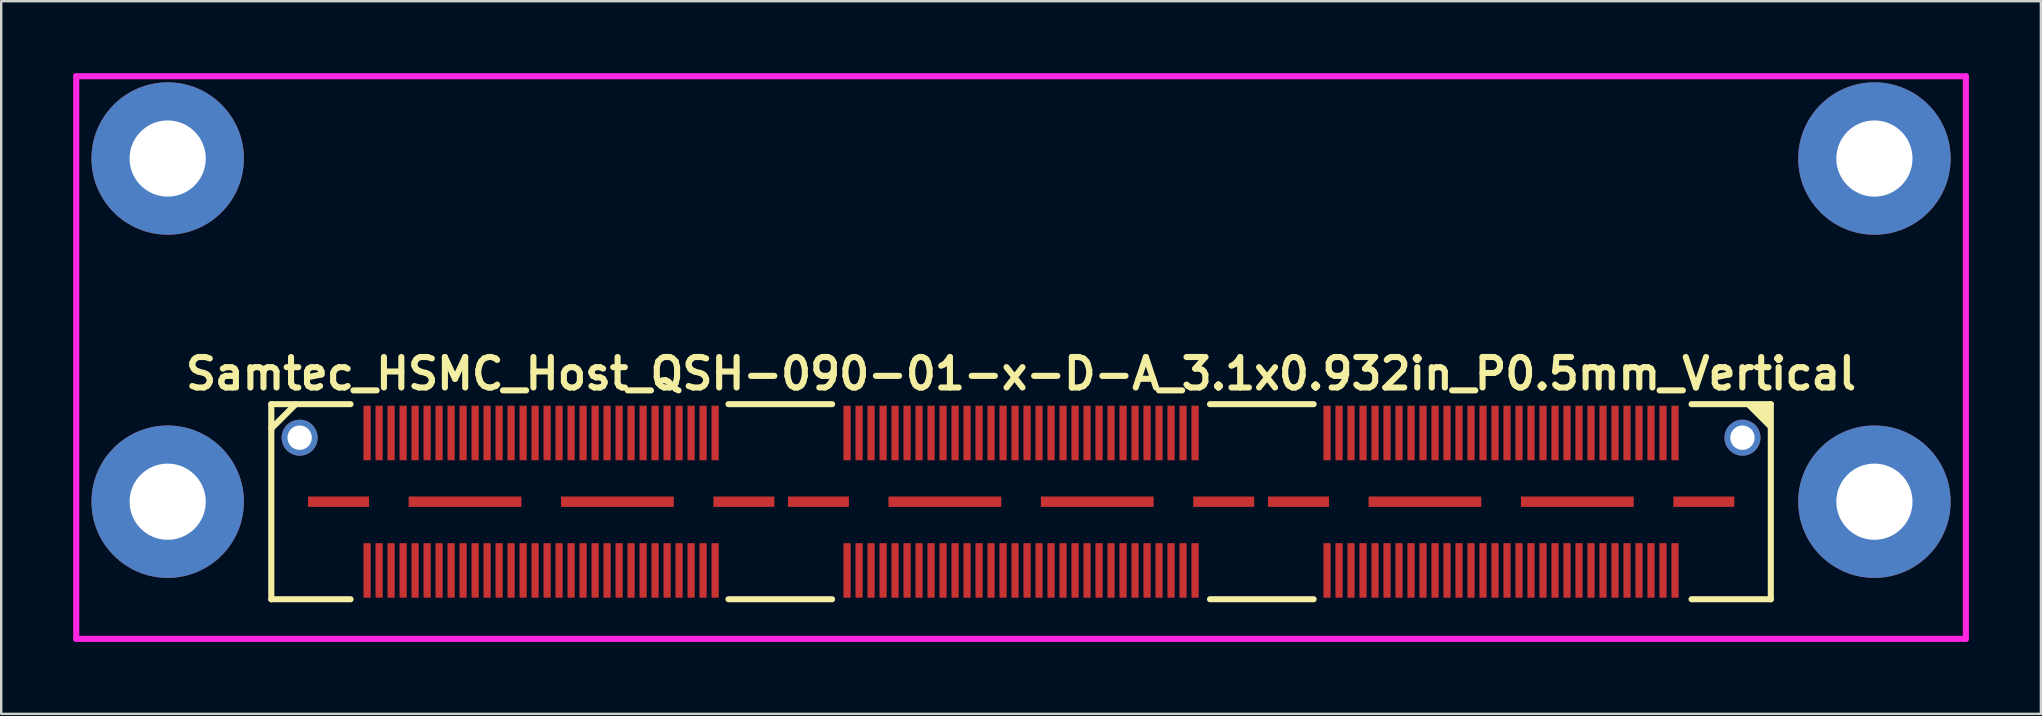
<source format=kicad_pcb>
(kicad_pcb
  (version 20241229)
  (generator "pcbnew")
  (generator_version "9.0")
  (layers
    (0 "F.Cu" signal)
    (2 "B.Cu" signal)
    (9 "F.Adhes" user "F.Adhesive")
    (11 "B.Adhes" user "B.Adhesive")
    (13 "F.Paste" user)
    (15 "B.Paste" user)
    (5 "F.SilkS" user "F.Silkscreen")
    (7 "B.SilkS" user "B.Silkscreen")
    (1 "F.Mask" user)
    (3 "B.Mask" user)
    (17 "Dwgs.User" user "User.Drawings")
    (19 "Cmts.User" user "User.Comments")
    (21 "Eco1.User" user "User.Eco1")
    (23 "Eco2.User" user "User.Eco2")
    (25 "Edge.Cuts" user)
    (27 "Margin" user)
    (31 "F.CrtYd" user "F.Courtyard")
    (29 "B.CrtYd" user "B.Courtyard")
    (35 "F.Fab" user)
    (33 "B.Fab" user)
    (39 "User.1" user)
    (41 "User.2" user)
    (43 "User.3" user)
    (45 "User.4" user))
  (footprint "Samtec_HSMC_Host_QSH-090-01-x-D-A_3.1x0.932in_P0.5mm_Vertical"
    (layer "F.Cu")
    (at 39.497 17.856)
    (property "Reference" "Samtec_HSMC_Host_QSH-090-01-x-D-A_3.1x0.932in_P0.5mm_Vertical" (at 0 -5.334 0) (layer "F.SilkS") (effects (font (size 1.27 1.27) (thickness 0.254))))
    (attr smd)
    (fp_line (start -31.242 -4.064) (end -27.94 -4.064) (stroke (width 0.254) (type solid)) (layer "F.SilkS"))
    (fp_line (start -31.242 -3.048) (end -30.226 -4.064) (stroke (width 0.254) (type solid)) (layer "F.SilkS"))
    (fp_line (start -31.242 4.064) (end -31.242 -4.064) (stroke (width 0.254) (type solid)) (layer "F.SilkS"))
    (fp_line (start -31.242 4.064) (end -27.94 4.064) (stroke (width 0.254) (type solid)) (layer "F.SilkS"))
    (fp_line (start -12.192 -4.064) (end -7.874 -4.064) (stroke (width 0.254) (type solid)) (layer "F.SilkS"))
    (fp_line (start -12.192 4.064) (end -7.874 4.064) (stroke (width 0.254) (type solid)) (layer "F.SilkS"))
    (fp_line (start 7.874 -4.064) (end 12.192 -4.064) (stroke (width 0.254) (type solid)) (layer "F.SilkS"))
    (fp_line (start 7.874 4.064) (end 12.192 4.064) (stroke (width 0.254) (type solid)) (layer "F.SilkS"))
    (fp_line (start 27.94 -4.064) (end 31.242 -4.064) (stroke (width 0.254) (type solid)) (layer "F.SilkS"))
    (fp_line (start 27.94 4.064) (end 31.242 4.064) (stroke (width 0.254) (type solid)) (layer "F.SilkS"))
    (fp_line (start 31.242 4.064) (end 31.242 -4.064) (stroke (width 0.254) (type solid)) (layer "F.SilkS"))
    (fp_poly (pts (xy 30.226 -4.064) (xy 31.242 -3.048) (xy 31.242 -4.064)) (stroke (width 0.15) (type solid)) (fill yes) (layer "F.SilkS"))
    (fp_line (start -39.37 -17.729) (end -39.37 5.715) (stroke (width 0.254) (type solid)) (layer "F.CrtYd"))
    (fp_line (start -39.37 -17.729) (end 39.37 -17.729) (stroke (width 0.254) (type solid)) (layer "F.CrtYd"))
    (fp_line (start -39.37 5.715) (end 39.37 5.715) (stroke (width 0.254) (type solid)) (layer "F.CrtYd"))
    (fp_line (start 39.37 -17.729) (end 39.37 5.715) (stroke (width 0.254) (type solid)) (layer "F.CrtYd"))
    (pad "" np_thru_hole circle (at -35.56 -14.3) (size 6.35 6.35) (drill 3.175) (layers "*.Cu" "*.Mask"))
    (pad "" np_thru_hole circle (at -35.56 0) (size 6.35 6.35) (drill 3.175) (layers "*.Cu" "*.Mask"))
    (pad "" np_thru_hole circle (at -30.061 -2.667) (size 1.501 1.501) (drill 1.016) (layers "*.Cu" "*.Mask"))
    (pad "" np_thru_hole circle (at 30.061 -2.667) (size 1.501 1.501) (drill 1.016) (layers "*.Cu" "*.Mask"))
    (pad "" np_thru_hole circle (at 35.56 -14.3) (size 6.35 6.35) (drill 3.175) (layers "*.Cu" "*.Mask"))
    (pad "" np_thru_hole circle (at 35.56 0) (size 6.35 6.35) (drill 3.175) (layers "*.Cu" "*.Mask"))
    (pad "1" smd rect (at -27.249 2.864) (size 0.3 2.273) (layers "F.Cu" "F.Mask" "F.Paste"))
    (pad "2" smd rect (at -27.249 -2.864) (size 0.3 2.273) (layers "F.Cu" "F.Mask" "F.Paste"))
    (pad "3" smd rect (at -26.749 2.864) (size 0.3 2.273) (layers "F.Cu" "F.Mask" "F.Paste"))
    (pad "4" smd rect (at -26.749 -2.864) (size 0.3 2.273) (layers "F.Cu" "F.Mask" "F.Paste"))
    (pad "5" smd rect (at -26.249 2.864) (size 0.3 2.273) (layers "F.Cu" "F.Mask" "F.Paste"))
    (pad "6" smd rect (at -26.249 -2.864) (size 0.3 2.273) (layers "F.Cu" "F.Mask" "F.Paste"))
    (pad "7" smd rect (at -25.749 2.864) (size 0.3 2.273) (layers "F.Cu" "F.Mask" "F.Paste"))
    (pad "8" smd rect (at -25.749 -2.864) (size 0.3 2.273) (layers "F.Cu" "F.Mask" "F.Paste"))
    (pad "9" smd rect (at -25.249 2.864) (size 0.3 2.273) (layers "F.Cu" "F.Mask" "F.Paste"))
    (pad "10" smd rect (at -25.249 -2.864) (size 0.3 2.273) (layers "F.Cu" "F.Mask" "F.Paste"))
    (pad "11" smd rect (at -24.749 2.864) (size 0.3 2.273) (layers "F.Cu" "F.Mask" "F.Paste"))
    (pad "12" smd rect (at -24.749 -2.864) (size 0.3 2.273) (layers "F.Cu" "F.Mask" "F.Paste"))
    (pad "13" smd rect (at -24.249 2.864) (size 0.3 2.273) (layers "F.Cu" "F.Mask" "F.Paste"))
    (pad "14" smd rect (at -24.249 -2.864) (size 0.3 2.273) (layers "F.Cu" "F.Mask" "F.Paste"))
    (pad "15" smd rect (at -23.749 2.864) (size 0.3 2.273) (layers "F.Cu" "F.Mask" "F.Paste"))
    (pad "16" smd rect (at -23.749 -2.864) (size 0.3 2.273) (layers "F.Cu" "F.Mask" "F.Paste"))
    (pad "17" smd rect (at -23.249 2.864) (size 0.3 2.273) (layers "F.Cu" "F.Mask" "F.Paste"))
    (pad "18" smd rect (at -23.249 -2.864) (size 0.3 2.273) (layers "F.Cu" "F.Mask" "F.Paste"))
    (pad "19" smd rect (at -22.749 2.864) (size 0.3 2.273) (layers "F.Cu" "F.Mask" "F.Paste"))
    (pad "20" smd rect (at -22.749 -2.864) (size 0.3 2.273) (layers "F.Cu" "F.Mask" "F.Paste"))
    (pad "21" smd rect (at -22.249 2.864) (size 0.3 2.273) (layers "F.Cu" "F.Mask" "F.Paste"))
    (pad "22" smd rect (at -22.249 -2.864) (size 0.3 2.273) (layers "F.Cu" "F.Mask" "F.Paste"))
    (pad "23" smd rect (at -21.749 2.864) (size 0.3 2.273) (layers "F.Cu" "F.Mask" "F.Paste"))
    (pad "24" smd rect (at -21.749 -2.864) (size 0.3 2.273) (layers "F.Cu" "F.Mask" "F.Paste"))
    (pad "25" smd rect (at -21.249 2.864) (size 0.3 2.273) (layers "F.Cu" "F.Mask" "F.Paste"))
    (pad "26" smd rect (at -21.249 -2.864) (size 0.3 2.273) (layers "F.Cu" "F.Mask" "F.Paste"))
    (pad "27" smd rect (at -20.749 2.864) (size 0.3 2.273) (layers "F.Cu" "F.Mask" "F.Paste"))
    (pad "28" smd rect (at -20.749 -2.864) (size 0.3 2.273) (layers "F.Cu" "F.Mask" "F.Paste"))
    (pad "29" smd rect (at -20.249 2.864) (size 0.3 2.273) (layers "F.Cu" "F.Mask" "F.Paste"))
    (pad "30" smd rect (at -20.249 -2.864) (size 0.3 2.273) (layers "F.Cu" "F.Mask" "F.Paste"))
    (pad "31" smd rect (at -19.749 2.864) (size 0.3 2.273) (layers "F.Cu" "F.Mask" "F.Paste"))
    (pad "32" smd rect (at -19.749 -2.864) (size 0.3 2.273) (layers "F.Cu" "F.Mask" "F.Paste"))
    (pad "33" smd rect (at -19.249 2.864) (size 0.3 2.273) (layers "F.Cu" "F.Mask" "F.Paste"))
    (pad "34" smd rect (at -19.249 -2.864) (size 0.3 2.273) (layers "F.Cu" "F.Mask" "F.Paste"))
    (pad "35" smd rect (at -18.749 2.864) (size 0.3 2.273) (layers "F.Cu" "F.Mask" "F.Paste"))
    (pad "36" smd rect (at -18.749 -2.864) (size 0.3 2.273) (layers "F.Cu" "F.Mask" "F.Paste"))
    (pad "37" smd rect (at -18.249 2.864) (size 0.3 2.273) (layers "F.Cu" "F.Mask" "F.Paste"))
    (pad "38" smd rect (at -18.249 -2.864) (size 0.3 2.273) (layers "F.Cu" "F.Mask" "F.Paste"))
    (pad "39" smd rect (at -17.749 2.864) (size 0.3 2.273) (layers "F.Cu" "F.Mask" "F.Paste"))
    (pad "40" smd rect (at -17.749 -2.864) (size 0.3 2.273) (layers "F.Cu" "F.Mask" "F.Paste"))
    (pad "41" smd rect (at -17.249 2.864) (size 0.3 2.273) (layers "F.Cu" "F.Mask" "F.Paste"))
    (pad "42" smd rect (at -17.249 -2.864) (size 0.3 2.273) (layers "F.Cu" "F.Mask" "F.Paste"))
    (pad "43" smd rect (at -16.749 2.864) (size 0.3 2.273) (layers "F.Cu" "F.Mask" "F.Paste"))
    (pad "44" smd rect (at -16.749 -2.864) (size 0.3 2.273) (layers "F.Cu" "F.Mask" "F.Paste"))
    (pad "45" smd rect (at -16.249 2.864) (size 0.3 2.273) (layers "F.Cu" "F.Mask" "F.Paste"))
    (pad "46" smd rect (at -16.249 -2.864) (size 0.3 2.273) (layers "F.Cu" "F.Mask" "F.Paste"))
    (pad "47" smd rect (at -15.749 2.864) (size 0.3 2.273) (layers "F.Cu" "F.Mask" "F.Paste"))
    (pad "48" smd rect (at -15.749 -2.864) (size 0.3 2.273) (layers "F.Cu" "F.Mask" "F.Paste"))
    (pad "49" smd rect (at -15.249 2.864) (size 0.3 2.273) (layers "F.Cu" "F.Mask" "F.Paste"))
    (pad "50" smd rect (at -15.249 -2.864) (size 0.3 2.273) (layers "F.Cu" "F.Mask" "F.Paste"))
    (pad "51" smd rect (at -14.749 2.864) (size 0.3 2.273) (layers "F.Cu" "F.Mask" "F.Paste"))
    (pad "52" smd rect (at -14.749 -2.864) (size 0.3 2.273) (layers "F.Cu" "F.Mask" "F.Paste"))
    (pad "53" smd rect (at -14.249 2.864) (size 0.3 2.273) (layers "F.Cu" "F.Mask" "F.Paste"))
    (pad "54" smd rect (at -14.249 -2.864) (size 0.3 2.273) (layers "F.Cu" "F.Mask" "F.Paste"))
    (pad "55" smd rect (at -13.749 2.864) (size 0.3 2.273) (layers "F.Cu" "F.Mask" "F.Paste"))
    (pad "56" smd rect (at -13.749 -2.864) (size 0.3 2.273) (layers "F.Cu" "F.Mask" "F.Paste"))
    (pad "57" smd rect (at -13.249 2.864) (size 0.3 2.273) (layers "F.Cu" "F.Mask" "F.Paste"))
    (pad "58" smd rect (at -13.249 -2.864) (size 0.3 2.273) (layers "F.Cu" "F.Mask" "F.Paste"))
    (pad "59" smd rect (at -12.749 2.864) (size 0.3 2.273) (layers "F.Cu" "F.Mask" "F.Paste"))
    (pad "60" smd rect (at -12.749 -2.864) (size 0.3 2.273) (layers "F.Cu" "F.Mask" "F.Paste"))
    (pad "61" smd rect (at -7.249 2.864) (size 0.3 2.273) (layers "F.Cu" "F.Mask" "F.Paste"))
    (pad "62" smd rect (at -7.249 -2.864) (size 0.3 2.273) (layers "F.Cu" "F.Mask" "F.Paste"))
    (pad "63" smd rect (at -6.749 2.864) (size 0.3 2.273) (layers "F.Cu" "F.Mask" "F.Paste"))
    (pad "64" smd rect (at -6.749 -2.864) (size 0.3 2.273) (layers "F.Cu" "F.Mask" "F.Paste"))
    (pad "65" smd rect (at -6.249 2.864) (size 0.3 2.273) (layers "F.Cu" "F.Mask" "F.Paste"))
    (pad "66" smd rect (at -6.249 -2.864) (size 0.3 2.273) (layers "F.Cu" "F.Mask" "F.Paste"))
    (pad "67" smd rect (at -5.749 2.864) (size 0.3 2.273) (layers "F.Cu" "F.Mask" "F.Paste"))
    (pad "68" smd rect (at -5.749 -2.864) (size 0.3 2.273) (layers "F.Cu" "F.Mask" "F.Paste"))
    (pad "69" smd rect (at -5.249 2.864) (size 0.3 2.273) (layers "F.Cu" "F.Mask" "F.Paste"))
    (pad "70" smd rect (at -5.249 -2.864) (size 0.3 2.273) (layers "F.Cu" "F.Mask" "F.Paste"))
    (pad "71" smd rect (at -4.749 2.864) (size 0.3 2.273) (layers "F.Cu" "F.Mask" "F.Paste"))
    (pad "72" smd rect (at -4.749 -2.864) (size 0.3 2.273) (layers "F.Cu" "F.Mask" "F.Paste"))
    (pad "73" smd rect (at -4.249 2.864) (size 0.3 2.273) (layers "F.Cu" "F.Mask" "F.Paste"))
    (pad "74" smd rect (at -4.249 -2.864) (size 0.3 2.273) (layers "F.Cu" "F.Mask" "F.Paste"))
    (pad "75" smd rect (at -3.749 2.864) (size 0.3 2.273) (layers "F.Cu" "F.Mask" "F.Paste"))
    (pad "76" smd rect (at -3.749 -2.864) (size 0.3 2.273) (layers "F.Cu" "F.Mask" "F.Paste"))
    (pad "77" smd rect (at -3.249 2.864) (size 0.3 2.273) (layers "F.Cu" "F.Mask" "F.Paste"))
    (pad "78" smd rect (at -3.249 -2.864) (size 0.3 2.273) (layers "F.Cu" "F.Mask" "F.Paste"))
    (pad "79" smd rect (at -2.749 2.864) (size 0.3 2.273) (layers "F.Cu" "F.Mask" "F.Paste"))
    (pad "80" smd rect (at -2.749 -2.864) (size 0.3 2.273) (layers "F.Cu" "F.Mask" "F.Paste"))
    (pad "81" smd rect (at -2.249 2.864) (size 0.3 2.273) (layers "F.Cu" "F.Mask" "F.Paste"))
    (pad "82" smd rect (at -2.249 -2.864) (size 0.3 2.273) (layers "F.Cu" "F.Mask" "F.Paste"))
    (pad "83" smd rect (at -1.749 2.864) (size 0.3 2.273) (layers "F.Cu" "F.Mask" "F.Paste"))
    (pad "84" smd rect (at -1.749 -2.864) (size 0.3 2.273) (layers "F.Cu" "F.Mask" "F.Paste"))
    (pad "85" smd rect (at -1.249 2.864) (size 0.3 2.273) (layers "F.Cu" "F.Mask" "F.Paste"))
    (pad "86" smd rect (at -1.249 -2.864) (size 0.3 2.273) (layers "F.Cu" "F.Mask" "F.Paste"))
    (pad "87" smd rect (at -0.749 2.864) (size 0.3 2.273) (layers "F.Cu" "F.Mask" "F.Paste"))
    (pad "88" smd rect (at -0.749 -2.864) (size 0.3 2.273) (layers "F.Cu" "F.Mask" "F.Paste"))
    (pad "89" smd rect (at -0.249 2.864) (size 0.3 2.273) (layers "F.Cu" "F.Mask" "F.Paste"))
    (pad "90" smd rect (at -0.249 -2.864) (size 0.3 2.273) (layers "F.Cu" "F.Mask" "F.Paste"))
    (pad "91" smd rect (at 0.251 2.864) (size 0.3 2.273) (layers "F.Cu" "F.Mask" "F.Paste"))
    (pad "92" smd rect (at 0.251 -2.864) (size 0.3 2.273) (layers "F.Cu" "F.Mask" "F.Paste"))
    (pad "93" smd rect (at 0.751 2.864) (size 0.3 2.273) (layers "F.Cu" "F.Mask" "F.Paste"))
    (pad "94" smd rect (at 0.751 -2.864) (size 0.3 2.273) (layers "F.Cu" "F.Mask" "F.Paste"))
    (pad "95" smd rect (at 1.251 2.864) (size 0.3 2.273) (layers "F.Cu" "F.Mask" "F.Paste"))
    (pad "96" smd rect (at 1.251 -2.864) (size 0.3 2.273) (layers "F.Cu" "F.Mask" "F.Paste"))
    (pad "97" smd rect (at 1.751 2.864) (size 0.3 2.273) (layers "F.Cu" "F.Mask" "F.Paste"))
    (pad "98" smd rect (at 1.751 -2.864) (size 0.3 2.273) (layers "F.Cu" "F.Mask" "F.Paste"))
    (pad "99" smd rect (at 2.251 2.864) (size 0.3 2.273) (layers "F.Cu" "F.Mask" "F.Paste"))
    (pad "100" smd rect (at 2.251 -2.864) (size 0.3 2.273) (layers "F.Cu" "F.Mask" "F.Paste"))
    (pad "101" smd rect (at 2.751 2.864) (size 0.3 2.273) (layers "F.Cu" "F.Mask" "F.Paste"))
    (pad "102" smd rect (at 2.751 -2.864) (size 0.3 2.273) (layers "F.Cu" "F.Mask" "F.Paste"))
    (pad "103" smd rect (at 3.251 2.864) (size 0.3 2.273) (layers "F.Cu" "F.Mask" "F.Paste"))
    (pad "104" smd rect (at 3.251 -2.864) (size 0.3 2.273) (layers "F.Cu" "F.Mask" "F.Paste"))
    (pad "105" smd rect (at 3.751 2.864) (size 0.3 2.273) (layers "F.Cu" "F.Mask" "F.Paste"))
    (pad "106" smd rect (at 3.751 -2.864) (size 0.3 2.273) (layers "F.Cu" "F.Mask" "F.Paste"))
    (pad "107" smd rect (at 4.251 2.864) (size 0.3 2.273) (layers "F.Cu" "F.Mask" "F.Paste"))
    (pad "108" smd rect (at 4.251 -2.864) (size 0.3 2.273) (layers "F.Cu" "F.Mask" "F.Paste"))
    (pad "109" smd rect (at 4.751 2.864) (size 0.3 2.273) (layers "F.Cu" "F.Mask" "F.Paste"))
    (pad "110" smd rect (at 4.751 -2.864) (size 0.3 2.273) (layers "F.Cu" "F.Mask" "F.Paste"))
    (pad "111" smd rect (at 5.251 2.864) (size 0.3 2.273) (layers "F.Cu" "F.Mask" "F.Paste"))
    (pad "112" smd rect (at 5.251 -2.864) (size 0.3 2.273) (layers "F.Cu" "F.Mask" "F.Paste"))
    (pad "113" smd rect (at 5.751 2.864) (size 0.3 2.273) (layers "F.Cu" "F.Mask" "F.Paste"))
    (pad "114" smd rect (at 5.751 -2.864) (size 0.3 2.273) (layers "F.Cu" "F.Mask" "F.Paste"))
    (pad "115" smd rect (at 6.251 2.864) (size 0.3 2.273) (layers "F.Cu" "F.Mask" "F.Paste"))
    (pad "116" smd rect (at 6.251 -2.864) (size 0.3 2.273) (layers "F.Cu" "F.Mask" "F.Paste"))
    (pad "117" smd rect (at 6.751 2.864) (size 0.3 2.273) (layers "F.Cu" "F.Mask" "F.Paste"))
    (pad "118" smd rect (at 6.751 -2.864) (size 0.3 2.273) (layers "F.Cu" "F.Mask" "F.Paste"))
    (pad "119" smd rect (at 7.251 2.864) (size 0.3 2.273) (layers "F.Cu" "F.Mask" "F.Paste"))
    (pad "120" smd rect (at 7.251 -2.864) (size 0.3 2.273) (layers "F.Cu" "F.Mask" "F.Paste"))
    (pad "121" smd rect (at 12.751 2.864) (size 0.3 2.273) (layers "F.Cu" "F.Mask" "F.Paste"))
    (pad "122" smd rect (at 12.751 -2.864) (size 0.3 2.273) (layers "F.Cu" "F.Mask" "F.Paste"))
    (pad "123" smd rect (at 13.251 2.864) (size 0.3 2.273) (layers "F.Cu" "F.Mask" "F.Paste"))
    (pad "124" smd rect (at 13.251 -2.864) (size 0.3 2.273) (layers "F.Cu" "F.Mask" "F.Paste"))
    (pad "125" smd rect (at 13.751 2.864) (size 0.3 2.273) (layers "F.Cu" "F.Mask" "F.Paste"))
    (pad "126" smd rect (at 13.751 -2.864) (size 0.3 2.273) (layers "F.Cu" "F.Mask" "F.Paste"))
    (pad "127" smd rect (at 14.251 2.864) (size 0.3 2.273) (layers "F.Cu" "F.Mask" "F.Paste"))
    (pad "128" smd rect (at 14.251 -2.864) (size 0.3 2.273) (layers "F.Cu" "F.Mask" "F.Paste"))
    (pad "129" smd rect (at 14.751 2.864) (size 0.3 2.273) (layers "F.Cu" "F.Mask" "F.Paste"))
    (pad "130" smd rect (at 14.751 -2.864) (size 0.3 2.273) (layers "F.Cu" "F.Mask" "F.Paste"))
    (pad "131" smd rect (at 15.251 2.864) (size 0.3 2.273) (layers "F.Cu" "F.Mask" "F.Paste"))
    (pad "132" smd rect (at 15.251 -2.864) (size 0.3 2.273) (layers "F.Cu" "F.Mask" "F.Paste"))
    (pad "133" smd rect (at 15.751 2.864) (size 0.3 2.273) (layers "F.Cu" "F.Mask" "F.Paste"))
    (pad "134" smd rect (at 15.751 -2.864) (size 0.3 2.273) (layers "F.Cu" "F.Mask" "F.Paste"))
    (pad "135" smd rect (at 16.251 2.864) (size 0.3 2.273) (layers "F.Cu" "F.Mask" "F.Paste"))
    (pad "136" smd rect (at 16.251 -2.864) (size 0.3 2.273) (layers "F.Cu" "F.Mask" "F.Paste"))
    (pad "137" smd rect (at 16.751 2.864) (size 0.3 2.273) (layers "F.Cu" "F.Mask" "F.Paste"))
    (pad "138" smd rect (at 16.751 -2.864) (size 0.3 2.273) (layers "F.Cu" "F.Mask" "F.Paste"))
    (pad "139" smd rect (at 17.251 2.864) (size 0.3 2.273) (layers "F.Cu" "F.Mask" "F.Paste"))
    (pad "140" smd rect (at 17.251 -2.864) (size 0.3 2.273) (layers "F.Cu" "F.Mask" "F.Paste"))
    (pad "141" smd rect (at 17.751 2.864) (size 0.3 2.273) (layers "F.Cu" "F.Mask" "F.Paste"))
    (pad "142" smd rect (at 17.751 -2.864) (size 0.3 2.273) (layers "F.Cu" "F.Mask" "F.Paste"))
    (pad "143" smd rect (at 18.251 2.864) (size 0.3 2.273) (layers "F.Cu" "F.Mask" "F.Paste"))
    (pad "144" smd rect (at 18.251 -2.864) (size 0.3 2.273) (layers "F.Cu" "F.Mask" "F.Paste"))
    (pad "145" smd rect (at 18.751 2.864) (size 0.3 2.273) (layers "F.Cu" "F.Mask" "F.Paste"))
    (pad "146" smd rect (at 18.751 -2.864) (size 0.3 2.273) (layers "F.Cu" "F.Mask" "F.Paste"))
    (pad "147" smd rect (at 19.251 2.864) (size 0.3 2.273) (layers "F.Cu" "F.Mask" "F.Paste"))
    (pad "148" smd rect (at 19.251 -2.864) (size 0.3 2.273) (layers "F.Cu" "F.Mask" "F.Paste"))
    (pad "149" smd rect (at 19.751 2.864) (size 0.3 2.273) (layers "F.Cu" "F.Mask" "F.Paste"))
    (pad "150" smd rect (at 19.751 -2.864) (size 0.3 2.273) (layers "F.Cu" "F.Mask" "F.Paste"))
    (pad "151" smd rect (at 20.251 2.864) (size 0.3 2.273) (layers "F.Cu" "F.Mask" "F.Paste"))
    (pad "152" smd rect (at 20.251 -2.864) (size 0.3 2.273) (layers "F.Cu" "F.Mask" "F.Paste"))
    (pad "153" smd rect (at 20.751 2.864) (size 0.3 2.273) (layers "F.Cu" "F.Mask" "F.Paste"))
    (pad "154" smd rect (at 20.751 -2.864) (size 0.3 2.273) (layers "F.Cu" "F.Mask" "F.Paste"))
    (pad "155" smd rect (at 21.251 2.864) (size 0.3 2.273) (layers "F.Cu" "F.Mask" "F.Paste"))
    (pad "156" smd rect (at 21.251 -2.864) (size 0.3 2.273) (layers "F.Cu" "F.Mask" "F.Paste"))
    (pad "157" smd rect (at 21.751 2.864) (size 0.3 2.273) (layers "F.Cu" "F.Mask" "F.Paste"))
    (pad "158" smd rect (at 21.751 -2.864) (size 0.3 2.273) (layers "F.Cu" "F.Mask" "F.Paste"))
    (pad "159" smd rect (at 22.251 2.864) (size 0.3 2.273) (layers "F.Cu" "F.Mask" "F.Paste"))
    (pad "160" smd rect (at 22.251 -2.864) (size 0.3 2.273) (layers "F.Cu" "F.Mask" "F.Paste"))
    (pad "161" smd rect (at 22.751 2.864) (size 0.3 2.273) (layers "F.Cu" "F.Mask" "F.Paste"))
    (pad "162" smd rect (at 22.751 -2.864) (size 0.3 2.273) (layers "F.Cu" "F.Mask" "F.Paste"))
    (pad "163" smd rect (at 23.251 2.864) (size 0.3 2.273) (layers "F.Cu" "F.Mask" "F.Paste"))
    (pad "164" smd rect (at 23.251 -2.864) (size 0.3 2.273) (layers "F.Cu" "F.Mask" "F.Paste"))
    (pad "165" smd rect (at 23.751 2.864) (size 0.3 2.273) (layers "F.Cu" "F.Mask" "F.Paste"))
    (pad "166" smd rect (at 23.751 -2.864) (size 0.3 2.273) (layers "F.Cu" "F.Mask" "F.Paste"))
    (pad "167" smd rect (at 24.251 2.864) (size 0.3 2.273) (layers "F.Cu" "F.Mask" "F.Paste"))
    (pad "168" smd rect (at 24.251 -2.864) (size 0.3 2.273) (layers "F.Cu" "F.Mask" "F.Paste"))
    (pad "169" smd rect (at 24.751 2.864) (size 0.3 2.273) (layers "F.Cu" "F.Mask" "F.Paste"))
    (pad "170" smd rect (at 24.751 -2.864) (size 0.3 2.273) (layers "F.Cu" "F.Mask" "F.Paste"))
    (pad "171" smd rect (at 25.251 2.864) (size 0.3 2.273) (layers "F.Cu" "F.Mask" "F.Paste"))
    (pad "172" smd rect (at 25.251 -2.864) (size 0.3 2.273) (layers "F.Cu" "F.Mask" "F.Paste"))
    (pad "173" smd rect (at 25.751 2.864) (size 0.3 2.273) (layers "F.Cu" "F.Mask" "F.Paste"))
    (pad "174" smd rect (at 25.751 -2.864) (size 0.3 2.273) (layers "F.Cu" "F.Mask" "F.Paste"))
    (pad "175" smd rect (at 26.251 2.864) (size 0.3 2.273) (layers "F.Cu" "F.Mask" "F.Paste"))
    (pad "176" smd rect (at 26.251 -2.864) (size 0.3 2.273) (layers "F.Cu" "F.Mask" "F.Paste"))
    (pad "177" smd rect (at 26.751 2.864) (size 0.3 2.273) (layers "F.Cu" "F.Mask" "F.Paste"))
    (pad "178" smd rect (at 26.751 -2.864) (size 0.3 2.273) (layers "F.Cu" "F.Mask" "F.Paste"))
    (pad "179" smd rect (at 27.251 2.864) (size 0.3 2.273) (layers "F.Cu" "F.Mask" "F.Paste"))
    (pad "180" smd rect (at 27.251 -2.864) (size 0.3 2.273) (layers "F.Cu" "F.Mask" "F.Paste"))
    (pad "181" smd rect (at -28.44 0) (size 2.54 0.432) (layers "F.Cu" "F.Mask" "F.Paste"))
    (pad "182" smd rect (at -23.17 0) (size 4.699 0.432) (layers "F.Cu" "F.Mask" "F.Paste"))
    (pad "183" smd rect (at -16.82 0) (size 4.699 0.432) (layers "F.Cu" "F.Mask" "F.Paste"))
    (pad "184" smd rect (at -11.549 0) (size 2.54 0.432) (layers "F.Cu" "F.Mask" "F.Paste"))
    (pad "185" smd rect (at -8.443 0) (size 2.54 0.432) (layers "F.Cu" "F.Mask" "F.Paste"))
    (pad "186" smd rect (at -3.175 0) (size 4.699 0.432) (layers "F.Cu" "F.Mask" "F.Paste"))
    (pad "187" smd rect (at 3.175 0) (size 4.699 0.432) (layers "F.Cu" "F.Mask" "F.Paste"))
    (pad "188" smd rect (at 8.445 0) (size 2.54 0.432) (layers "F.Cu" "F.Mask" "F.Paste"))
    (pad "189" smd rect (at 11.562 0) (size 2.54 0.432) (layers "F.Cu" "F.Mask" "F.Paste"))
    (pad "190" smd rect (at 16.83 0) (size 4.699 0.432) (layers "F.Cu" "F.Mask" "F.Paste"))
    (pad "191" smd rect (at 23.18 0) (size 4.699 0.432) (layers "F.Cu" "F.Mask" "F.Paste"))
    (pad "192" smd rect (at 28.451 0) (size 2.54 0.432) (layers "F.Cu" "F.Mask" "F.Paste")))
  (gr_rect
    (start -3 -3)
    (end 81.994 26.698)
    (stroke (width 0.1) (type default))
    (fill no)
    (layer "Edge.Cuts")))
</source>
